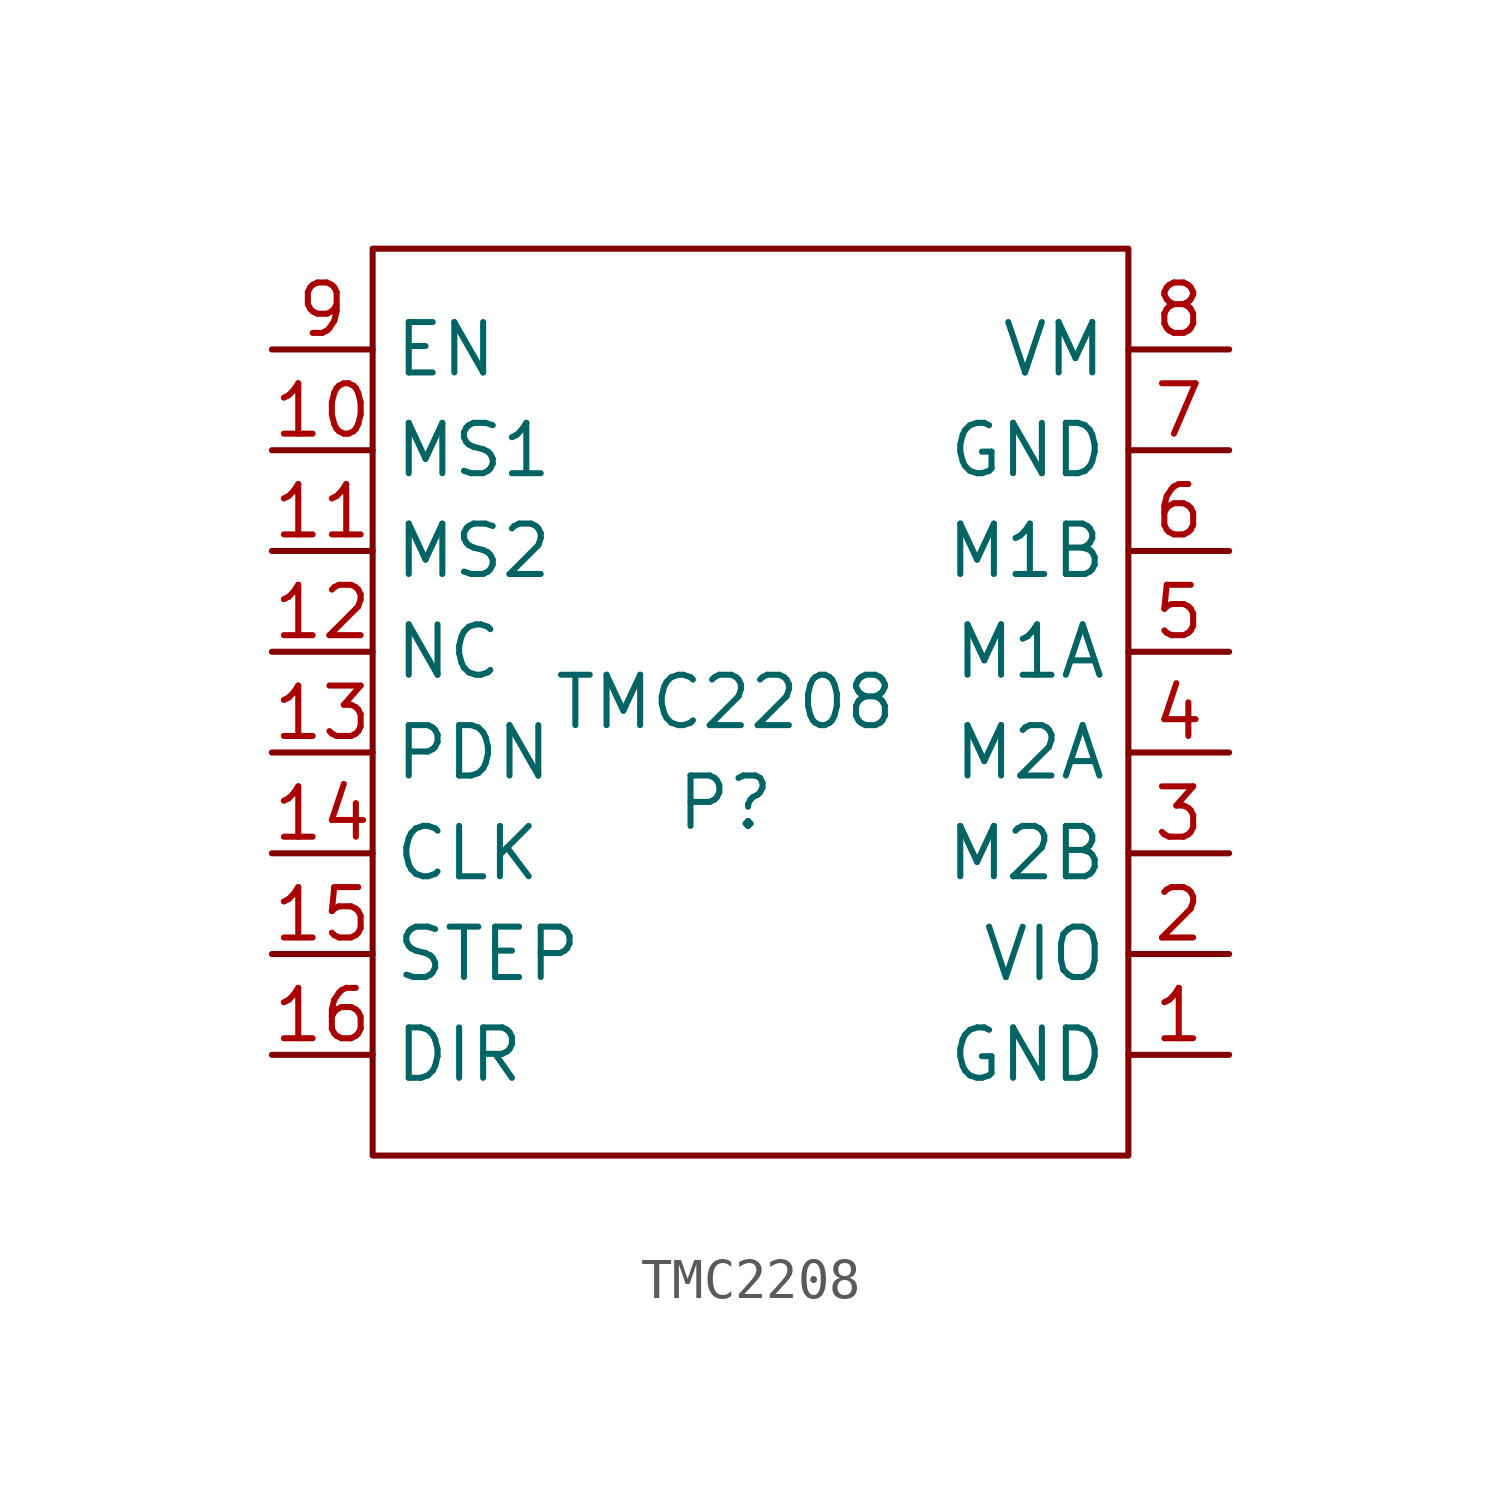
<source format=kicad_sym>
(kicad_symbol_lib
  (version 20211014)
  (generator kicad_symbol_editor)
  (symbol "TMC2208"
    (property "Reference" "P"
      (at 0 -2.54 0)
      (effects (font (size 1.27 1.27))))
    (property "Value" "TMC2208"
      (at 0 0 0)
      (effects (font (size 1.27 1.27))))
    (symbol "TMC2208_0_1"
      (rectangle (start -8.89 11.43) (end 10.16 -11.43) (stroke (width 0) (type default) (color 0 0 0 0)) (fill (type none))))
    (symbol "TMC2208_1_1"
      (pin output line (at 12.7 -8.89 180) (length 2.54) (name "GND" (effects (font (size 1.27 1.27)))) (number "1" (effects (font (size 1.27 1.27)))))
      (pin input line (at -11.43 6.35 0) (length 2.54) (name "MS1" (effects (font (size 1.27 1.27)))) (number "10" (effects (font (size 1.27 1.27)))))
      (pin input line (at -11.43 3.81 0) (length 2.54) (name "MS2" (effects (font (size 1.27 1.27)))) (number "11" (effects (font (size 1.27 1.27)))))
      (pin free line (at -11.43 1.27 0) (length 2.54) (name "NC" (effects (font (size 1.27 1.27)))) (number "12" (effects (font (size 1.27 1.27)))))
      (pin input line (at -11.43 -1.27 0) (length 2.54) (name "PDN" (effects (font (size 1.27 1.27)))) (number "13" (effects (font (size 1.27 1.27)))))
      (pin input line (at -11.43 -3.81 0) (length 2.54) (name "CLK" (effects (font (size 1.27 1.27)))) (number "14" (effects (font (size 1.27 1.27)))))
      (pin input line (at -11.43 -6.35 0) (length 2.54) (name "STEP" (effects (font (size 1.27 1.27)))) (number "15" (effects (font (size 1.27 1.27)))))
      (pin input line (at -11.43 -8.89 0) (length 2.54) (name "DIR" (effects (font (size 1.27 1.27)))) (number "16" (effects (font (size 1.27 1.27)))))
      (pin input line (at 12.7 -6.35 180) (length 2.54) (name "VIO" (effects (font (size 1.27 1.27)))) (number "2" (effects (font (size 1.27 1.27)))))
      (pin power_out line (at 12.7 -3.81 180) (length 2.54) (name "M2B" (effects (font (size 1.27 1.27)))) (number "3" (effects (font (size 1.27 1.27)))))
      (pin power_out line (at 12.7 -1.27 180) (length 2.54) (name "M2A" (effects (font (size 1.27 1.27)))) (number "4" (effects (font (size 1.27 1.27)))))
      (pin power_out line (at 12.7 1.27 180) (length 2.54) (name "M1A" (effects (font (size 1.27 1.27)))) (number "5" (effects (font (size 1.27 1.27)))))
      (pin power_out line (at 12.7 3.81 180) (length 2.54) (name "M1B" (effects (font (size 1.27 1.27)))) (number "6" (effects (font (size 1.27 1.27)))))
      (pin output line (at 12.7 6.35 180) (length 2.54) (name "GND" (effects (font (size 1.27 1.27)))) (number "7" (effects (font (size 1.27 1.27)))))
      (pin power_in line (at 12.7 8.89 180) (length 2.54) (name "VM" (effects (font (size 1.27 1.27)))) (number "8" (effects (font (size 1.27 1.27)))))
      (pin input line (at -11.43 8.89 0) (length 2.54) (name "EN" (effects (font (size 1.27 1.27)))) (number "9" (effects (font (size 1.27 1.27))))))))
</source>
